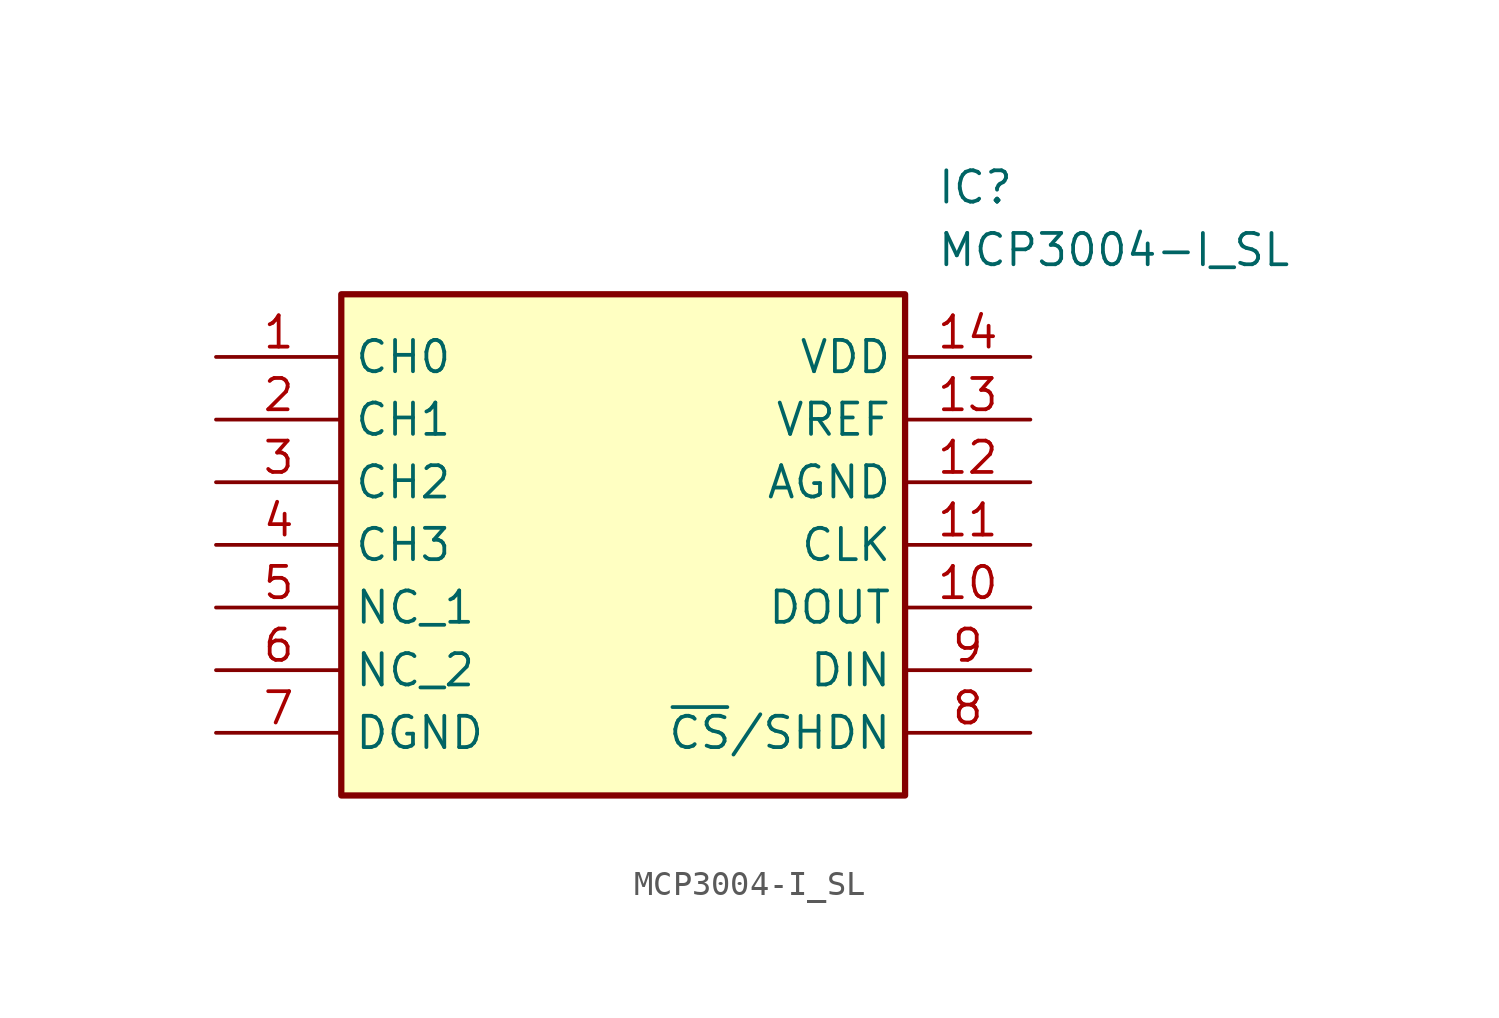
<source format=kicad_sym>
(kicad_symbol_lib
  (version 20211014)
  (generator SamacSys_ECAD_Model)
  (symbol "MCP3004-I_SL"
    (property "Reference" "IC"
      (at 29.21 7.62 0)
      (effects (font (size 1.27 1.27)) (justify left top)))
    (property "Value" "MCP3004-I_SL"
      (at 29.21 5.08 0)
      (effects (font (size 1.27 1.27)) (justify left top)))
    (rectangle
      (start 5.08 2.54)
      (end 27.94 -17.78)
      (stroke (width 0.254) (type default))
      (fill (type background)))
    (pin passive line
      (at 0 0 0)
      (length 5.08)
      (name "CH0" (effects (font (size 1.27 1.27))))
      (number "1" (effects (font (size 1.27 1.27)))))
    (pin passive line
      (at 0 -2.54 0)
      (length 5.08)
      (name "CH1" (effects (font (size 1.27 1.27))))
      (number "2" (effects (font (size 1.27 1.27)))))
    (pin passive line
      (at 0 -5.08 0)
      (length 5.08)
      (name "CH2" (effects (font (size 1.27 1.27))))
      (number "3" (effects (font (size 1.27 1.27)))))
    (pin passive line
      (at 0 -7.62 0)
      (length 5.08)
      (name "CH3" (effects (font (size 1.27 1.27))))
      (number "4" (effects (font (size 1.27 1.27)))))
    (pin passive line
      (at 0 -10.16 0)
      (length 5.08)
      (name "NC_1" (effects (font (size 1.27 1.27))))
      (number "5" (effects (font (size 1.27 1.27)))))
    (pin passive line
      (at 0 -12.7 0)
      (length 5.08)
      (name "NC_2" (effects (font (size 1.27 1.27))))
      (number "6" (effects (font (size 1.27 1.27)))))
    (pin passive line
      (at 0 -15.24 0)
      (length 5.08)
      (name "DGND" (effects (font (size 1.27 1.27))))
      (number "7" (effects (font (size 1.27 1.27)))))
    (pin passive line
      (at 33.02 0 180)
      (length 5.08)
      (name "VDD" (effects (font (size 1.27 1.27))))
      (number "14" (effects (font (size 1.27 1.27)))))
    (pin passive line
      (at 33.02 -2.54 180)
      (length 5.08)
      (name "VREF" (effects (font (size 1.27 1.27))))
      (number "13" (effects (font (size 1.27 1.27)))))
    (pin passive line
      (at 33.02 -5.08 180)
      (length 5.08)
      (name "AGND" (effects (font (size 1.27 1.27))))
      (number "12" (effects (font (size 1.27 1.27)))))
    (pin passive line
      (at 33.02 -7.62 180)
      (length 5.08)
      (name "CLK" (effects (font (size 1.27 1.27))))
      (number "11" (effects (font (size 1.27 1.27)))))
    (pin passive line
      (at 33.02 -10.16 180)
      (length 5.08)
      (name "DOUT" (effects (font (size 1.27 1.27))))
      (number "10" (effects (font (size 1.27 1.27)))))
    (pin passive line
      (at 33.02 -12.7 180)
      (length 5.08)
      (name "DIN" (effects (font (size 1.27 1.27))))
      (number "9" (effects (font (size 1.27 1.27)))))
    (pin passive line
      (at 33.02 -15.24 180)
      (length 5.08)
      (name "~{CS}/SHDN" (effects (font (size 1.27 1.27))))
      (number "8" (effects (font (size 1.27 1.27)))))))
</source>
